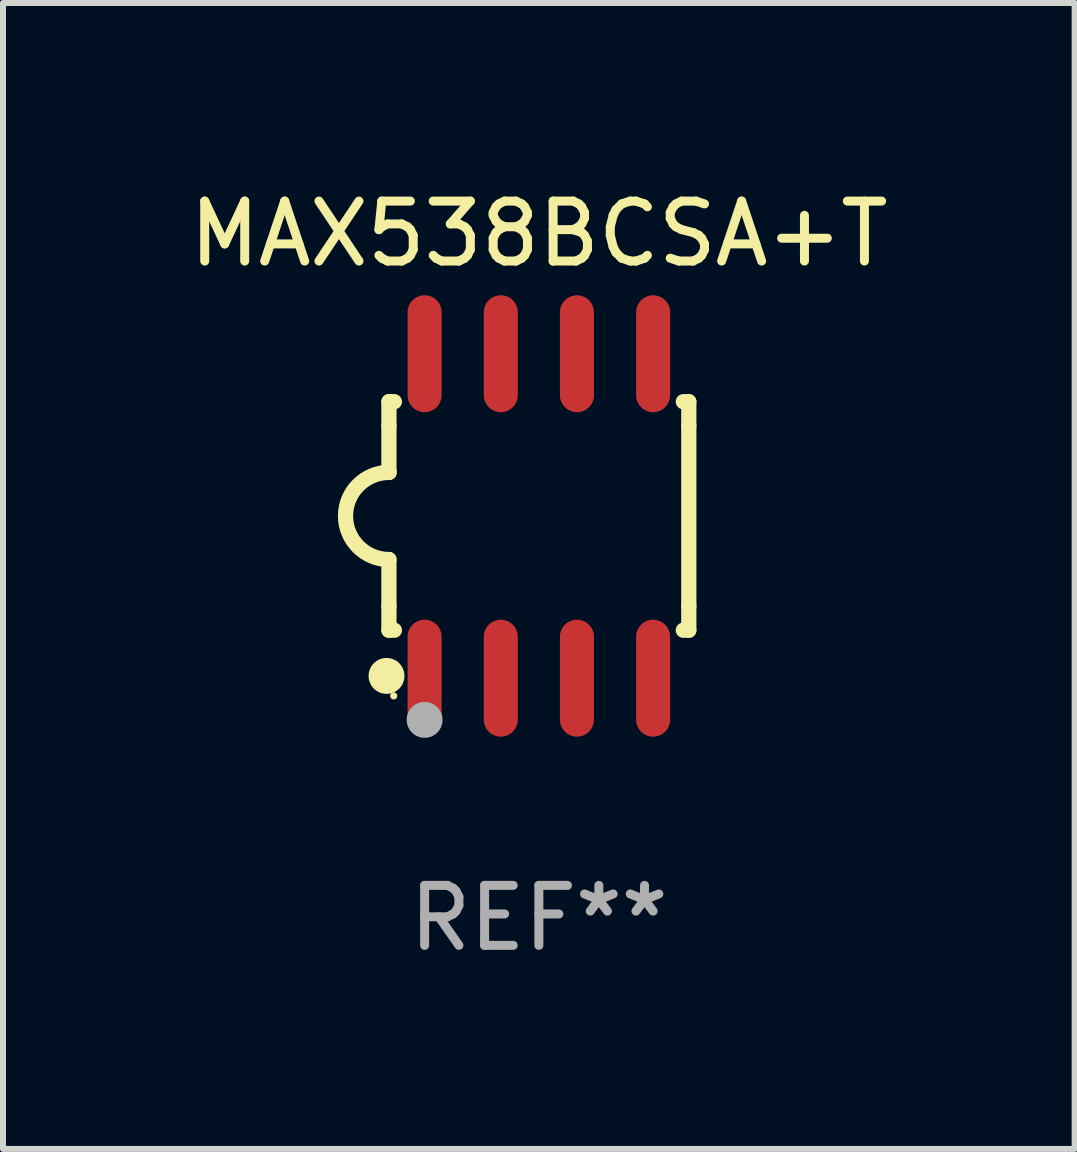
<source format=kicad_pcb>
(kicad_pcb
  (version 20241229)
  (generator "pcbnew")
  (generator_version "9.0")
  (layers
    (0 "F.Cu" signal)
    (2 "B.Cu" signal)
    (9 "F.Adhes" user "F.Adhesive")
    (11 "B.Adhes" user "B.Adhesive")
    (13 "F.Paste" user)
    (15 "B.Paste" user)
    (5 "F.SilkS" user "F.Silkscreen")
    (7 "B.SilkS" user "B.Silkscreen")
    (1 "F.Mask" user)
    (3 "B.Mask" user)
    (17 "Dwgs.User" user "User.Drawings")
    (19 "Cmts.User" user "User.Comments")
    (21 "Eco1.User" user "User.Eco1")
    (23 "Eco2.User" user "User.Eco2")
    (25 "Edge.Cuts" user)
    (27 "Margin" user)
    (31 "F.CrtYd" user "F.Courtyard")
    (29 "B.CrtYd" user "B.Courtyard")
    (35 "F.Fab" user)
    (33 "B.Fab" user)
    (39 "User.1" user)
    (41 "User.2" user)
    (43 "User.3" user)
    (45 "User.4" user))
  (footprint "MAX538BCSA+T"
    (layer "F.Cu")
    (at 5.935 5.553)
    (property "Reference" "MAX538BCSA+T" (at 0 -4.705 0) (layer "F.SilkS") (effects (font (size 1 1) (thickness 0.15))))
    (attr through_hole)
    (fp_line (start -2.5 -1.905) (end -2.409 -1.905) (stroke (width 0.254) (type solid)) (layer "F.SilkS"))
    (fp_line (start -2.5 -1.5) (end -2.5 -1.905) (stroke (width 0.254) (type solid)) (layer "F.SilkS"))
    (fp_line (start -2.5 -1.5) (end -2.5 -0.726) (stroke (width 0.254) (type solid)) (layer "F.SilkS"))
    (fp_line (start -2.5 1.5) (end -2.5 0.727) (stroke (width 0.254) (type solid)) (layer "F.SilkS"))
    (fp_line (start -2.5 1.5) (end -2.5 1.905) (stroke (width 0.254) (type solid)) (layer "F.SilkS"))
    (fp_line (start -2.5 1.905) (end -2.409 1.905) (stroke (width 0.254) (type solid)) (layer "F.SilkS"))
    (fp_line (start 2.5 -1.905) (end 2.409 -1.905) (stroke (width 0.254) (type solid)) (layer "F.SilkS"))
    (fp_line (start 2.5 -1.5) (end 2.5 -1.905) (stroke (width 0.254) (type solid)) (layer "F.SilkS"))
    (fp_line (start 2.5 -1.5) (end 2.5 1.5) (stroke (width 0.254) (type solid)) (layer "F.SilkS"))
    (fp_line (start 2.5 1.5) (end 2.5 1.905) (stroke (width 0.254) (type solid)) (layer "F.SilkS"))
    (fp_line (start 2.5 1.905) (end 2.409 1.905) (stroke (width 0.254) (type solid)) (layer "F.SilkS"))
    (fp_arc (start -2.5 0.726568) (mid -3.220316 -0.0023) (end -2.495097 -0.726289) (stroke (width 0.254001) (type solid)) (layer "F.SilkS"))
    (fp_circle (center -2.54 2.667) (end -2.39 2.667) (stroke (width 0.3) (type solid)) (fill no) (layer "F.SilkS"))
    (fp_circle (center -2.42 3) (end -2.39 3) (stroke (width 0.06) (type solid)) (fill no) (layer "F.SilkS"))
    (fp_circle (center -1.905 3.4) (end -1.755 3.4) (stroke (width 0.3) (type solid)) (fill no) (layer "F.Fab"))
    (fp_text user "REF**" (at 0 6.705 0) (layer "F.Fab") (effects (font (size 1 1) (thickness 0.15))))
    (pad "1" smd oval (at -1.905 2.705) (size 0.568 1.95) (layers "F.Cu" "F.Mask" "F.Paste"))
    (pad "2" smd oval (at -0.635 2.705) (size 0.568 1.95) (layers "F.Cu" "F.Mask" "F.Paste"))
    (pad "3" smd oval (at 0.635 2.705) (size 0.568 1.95) (layers "F.Cu" "F.Mask" "F.Paste"))
    (pad "4" smd oval (at 1.905 2.705) (size 0.568 1.95) (layers "F.Cu" "F.Mask" "F.Paste"))
    (pad "5" smd oval (at 1.905 -2.705) (size 0.568 1.95) (layers "F.Cu" "F.Mask" "F.Paste"))
    (pad "6" smd oval (at 0.635 -2.705) (size 0.568 1.95) (layers "F.Cu" "F.Mask" "F.Paste"))
    (pad "7" smd oval (at -0.635 -2.705) (size 0.568 1.95) (layers "F.Cu" "F.Mask" "F.Paste"))
    (pad "8" smd oval (at -1.905 -2.705) (size 0.568 1.95) (layers "F.Cu" "F.Mask" "F.Paste")))
  (gr_rect
    (start -3 -3)
    (end 14.869 16.107)
    (stroke (width 0.1) (type default))
    (fill no)
    (layer "Edge.Cuts")))
</source>
